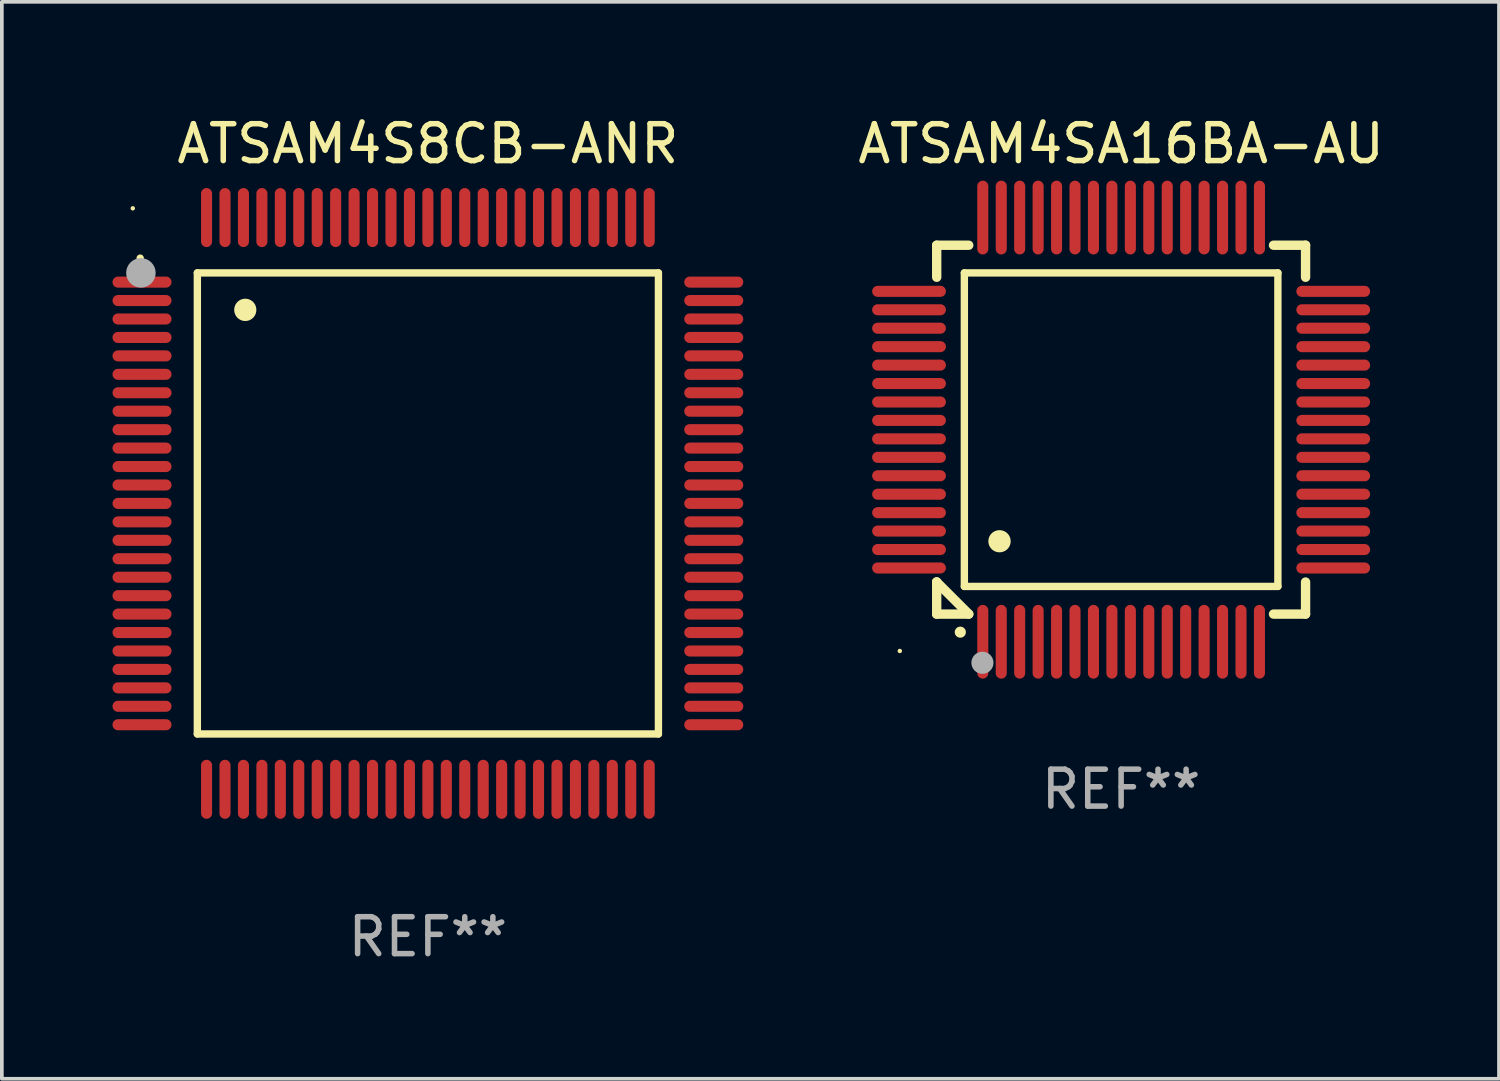
<source format=kicad_pcb>
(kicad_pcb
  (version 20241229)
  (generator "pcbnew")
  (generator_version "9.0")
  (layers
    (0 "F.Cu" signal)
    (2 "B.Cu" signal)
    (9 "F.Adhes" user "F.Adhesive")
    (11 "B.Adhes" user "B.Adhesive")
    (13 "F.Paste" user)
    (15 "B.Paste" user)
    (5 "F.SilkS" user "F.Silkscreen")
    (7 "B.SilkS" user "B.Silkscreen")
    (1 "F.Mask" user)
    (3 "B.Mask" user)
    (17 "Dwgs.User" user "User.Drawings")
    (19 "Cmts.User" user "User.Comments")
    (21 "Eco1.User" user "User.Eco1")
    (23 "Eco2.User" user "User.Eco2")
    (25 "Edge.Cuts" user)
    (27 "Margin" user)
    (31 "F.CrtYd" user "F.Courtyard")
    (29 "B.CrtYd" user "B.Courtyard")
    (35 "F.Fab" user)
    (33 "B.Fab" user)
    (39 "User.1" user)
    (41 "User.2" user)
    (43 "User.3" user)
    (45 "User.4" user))
  (footprint "ATSAM4S8CB-ANR"
    (layer "F.Cu")
    (at 8.55 10.598)
    (property "Reference" "ATSAM4S8CB-ANR" (at 0 -9.75 0) (layer "F.SilkS") (effects (font (size 1 1) (thickness 0.15))))
    (attr through_hole)
    (fp_line (start -6.25 -6.25) (end -6.25 6.25) (stroke (width 0.2) (type solid)) (layer "F.SilkS"))
    (fp_line (start -6.25 6.25) (end 6.25 6.25) (stroke (width 0.2) (type solid)) (layer "F.SilkS"))
    (fp_line (start 6.25 -6.25) (end -6.25 -6.25) (stroke (width 0.2) (type solid)) (layer "F.SilkS"))
    (fp_line (start 6.25 6.25) (end 6.25 -6.25) (stroke (width 0.2) (type solid)) (layer "F.SilkS"))
    (fp_arc (start -7.799568 -6.647625) (mid -7.799571 -6.648463) (end -7.799568 -6.649301) (stroke (width 0.2) (type solid)) (layer "F.SilkS"))
    (fp_arc (start -4.95047 -5.245111) (mid -4.950481 -5.247651) (end -4.95047 -5.250191) (stroke (width 0.6) (type solid)) (layer "F.SilkS"))
    (fp_circle (center -8 -8) (end -7.97 -8) (stroke (width 0.06) (type solid)) (fill no) (layer "F.SilkS"))
    (fp_circle (center -7.78 -6.25) (end -7.58 -6.25) (stroke (width 0.4) (type solid)) (fill no) (layer "F.Fab"))
    (fp_text user "REF**" (at 0 11.75 0) (layer "F.Fab") (effects (font (size 1 1) (thickness 0.15))))
    (pad "1" smd oval (at -7.75 -6 90) (size 0.3 1.6) (layers "F.Cu" "F.Mask" "F.Paste"))
    (pad "2" smd oval (at -7.75 -5.5 90) (size 0.3 1.6) (layers "F.Cu" "F.Mask" "F.Paste"))
    (pad "3" smd oval (at -7.75 -5 90) (size 0.3 1.6) (layers "F.Cu" "F.Mask" "F.Paste"))
    (pad "4" smd oval (at -7.75 -4.5 90) (size 0.3 1.6) (layers "F.Cu" "F.Mask" "F.Paste"))
    (pad "5" smd oval (at -7.75 -4 90) (size 0.3 1.6) (layers "F.Cu" "F.Mask" "F.Paste"))
    (pad "6" smd oval (at -7.75 -3.5 90) (size 0.3 1.6) (layers "F.Cu" "F.Mask" "F.Paste"))
    (pad "7" smd oval (at -7.75 -3 90) (size 0.3 1.6) (layers "F.Cu" "F.Mask" "F.Paste"))
    (pad "8" smd oval (at -7.75 -2.5 90) (size 0.3 1.6) (layers "F.Cu" "F.Mask" "F.Paste"))
    (pad "9" smd oval (at -7.75 -2 90) (size 0.3 1.6) (layers "F.Cu" "F.Mask" "F.Paste"))
    (pad "10" smd oval (at -7.75 -1.5 90) (size 0.3 1.6) (layers "F.Cu" "F.Mask" "F.Paste"))
    (pad "11" smd oval (at -7.75 -1 90) (size 0.3 1.6) (layers "F.Cu" "F.Mask" "F.Paste"))
    (pad "12" smd oval (at -7.75 -0.5 90) (size 0.3 1.6) (layers "F.Cu" "F.Mask" "F.Paste"))
    (pad "13" smd oval (at -7.75 0 90) (size 0.3 1.6) (layers "F.Cu" "F.Mask" "F.Paste"))
    (pad "14" smd oval (at -7.75 0.5 90) (size 0.3 1.6) (layers "F.Cu" "F.Mask" "F.Paste"))
    (pad "15" smd oval (at -7.75 1 90) (size 0.3 1.6) (layers "F.Cu" "F.Mask" "F.Paste"))
    (pad "16" smd oval (at -7.75 1.5 90) (size 0.3 1.6) (layers "F.Cu" "F.Mask" "F.Paste"))
    (pad "17" smd oval (at -7.75 2 90) (size 0.3 1.6) (layers "F.Cu" "F.Mask" "F.Paste"))
    (pad "18" smd oval (at -7.75 2.5 90) (size 0.3 1.6) (layers "F.Cu" "F.Mask" "F.Paste"))
    (pad "19" smd oval (at -7.75 3 90) (size 0.3 1.6) (layers "F.Cu" "F.Mask" "F.Paste"))
    (pad "20" smd oval (at -7.75 3.5 90) (size 0.3 1.6) (layers "F.Cu" "F.Mask" "F.Paste"))
    (pad "21" smd oval (at -7.75 4 90) (size 0.3 1.6) (layers "F.Cu" "F.Mask" "F.Paste"))
    (pad "22" smd oval (at -7.75 4.5 90) (size 0.3 1.6) (layers "F.Cu" "F.Mask" "F.Paste"))
    (pad "23" smd oval (at -7.75 5 90) (size 0.3 1.6) (layers "F.Cu" "F.Mask" "F.Paste"))
    (pad "24" smd oval (at -7.75 5.5 90) (size 0.3 1.6) (layers "F.Cu" "F.Mask" "F.Paste"))
    (pad "25" smd oval (at -7.75 6 90) (size 0.3 1.6) (layers "F.Cu" "F.Mask" "F.Paste"))
    (pad "26" smd oval (at -6 7.75) (size 0.3 1.6) (layers "F.Cu" "F.Mask" "F.Paste"))
    (pad "27" smd oval (at -5.5 7.75) (size 0.3 1.6) (layers "F.Cu" "F.Mask" "F.Paste"))
    (pad "28" smd oval (at -5 7.75) (size 0.3 1.6) (layers "F.Cu" "F.Mask" "F.Paste"))
    (pad "29" smd oval (at -4.5 7.75) (size 0.3 1.6) (layers "F.Cu" "F.Mask" "F.Paste"))
    (pad "30" smd oval (at -4 7.75) (size 0.3 1.6) (layers "F.Cu" "F.Mask" "F.Paste"))
    (pad "31" smd oval (at -3.5 7.75) (size 0.3 1.6) (layers "F.Cu" "F.Mask" "F.Paste"))
    (pad "32" smd oval (at -3 7.75) (size 0.3 1.6) (layers "F.Cu" "F.Mask" "F.Paste"))
    (pad "33" smd oval (at -2.5 7.75) (size 0.3 1.6) (layers "F.Cu" "F.Mask" "F.Paste"))
    (pad "34" smd oval (at -2 7.75) (size 0.3 1.6) (layers "F.Cu" "F.Mask" "F.Paste"))
    (pad "35" smd oval (at -1.5 7.75) (size 0.3 1.6) (layers "F.Cu" "F.Mask" "F.Paste"))
    (pad "36" smd oval (at -1 7.75) (size 0.3 1.6) (layers "F.Cu" "F.Mask" "F.Paste"))
    (pad "37" smd oval (at -0.5 7.75) (size 0.3 1.6) (layers "F.Cu" "F.Mask" "F.Paste"))
    (pad "38" smd oval (at 0 7.75) (size 0.3 1.6) (layers "F.Cu" "F.Mask" "F.Paste"))
    (pad "39" smd oval (at 0.5 7.75) (size 0.3 1.6) (layers "F.Cu" "F.Mask" "F.Paste"))
    (pad "40" smd oval (at 1 7.75) (size 0.3 1.6) (layers "F.Cu" "F.Mask" "F.Paste"))
    (pad "41" smd oval (at 1.5 7.75) (size 0.3 1.6) (layers "F.Cu" "F.Mask" "F.Paste"))
    (pad "42" smd oval (at 2 7.75) (size 0.3 1.6) (layers "F.Cu" "F.Mask" "F.Paste"))
    (pad "43" smd oval (at 2.5 7.75) (size 0.3 1.6) (layers "F.Cu" "F.Mask" "F.Paste"))
    (pad "44" smd oval (at 3 7.75) (size 0.3 1.6) (layers "F.Cu" "F.Mask" "F.Paste"))
    (pad "45" smd oval (at 3.5 7.75) (size 0.3 1.6) (layers "F.Cu" "F.Mask" "F.Paste"))
    (pad "46" smd oval (at 4 7.75) (size 0.3 1.6) (layers "F.Cu" "F.Mask" "F.Paste"))
    (pad "47" smd oval (at 4.5 7.75) (size 0.3 1.6) (layers "F.Cu" "F.Mask" "F.Paste"))
    (pad "48" smd oval (at 5 7.75) (size 0.3 1.6) (layers "F.Cu" "F.Mask" "F.Paste"))
    (pad "49" smd oval (at 5.5 7.75) (size 0.3 1.6) (layers "F.Cu" "F.Mask" "F.Paste"))
    (pad "50" smd oval (at 6 7.75) (size 0.3 1.6) (layers "F.Cu" "F.Mask" "F.Paste"))
    (pad "51" smd oval (at 7.75 6 90) (size 0.3 1.6) (layers "F.Cu" "F.Mask" "F.Paste"))
    (pad "52" smd oval (at 7.75 5.5 90) (size 0.3 1.6) (layers "F.Cu" "F.Mask" "F.Paste"))
    (pad "53" smd oval (at 7.75 5 90) (size 0.3 1.6) (layers "F.Cu" "F.Mask" "F.Paste"))
    (pad "54" smd oval (at 7.75 4.5 90) (size 0.3 1.6) (layers "F.Cu" "F.Mask" "F.Paste"))
    (pad "55" smd oval (at 7.75 4 90) (size 0.3 1.6) (layers "F.Cu" "F.Mask" "F.Paste"))
    (pad "56" smd oval (at 7.75 3.5 90) (size 0.3 1.6) (layers "F.Cu" "F.Mask" "F.Paste"))
    (pad "57" smd oval (at 7.75 3 90) (size 0.3 1.6) (layers "F.Cu" "F.Mask" "F.Paste"))
    (pad "58" smd oval (at 7.75 2.5 90) (size 0.3 1.6) (layers "F.Cu" "F.Mask" "F.Paste"))
    (pad "59" smd oval (at 7.75 2 90) (size 0.3 1.6) (layers "F.Cu" "F.Mask" "F.Paste"))
    (pad "60" smd oval (at 7.75 1.5 90) (size 0.3 1.6) (layers "F.Cu" "F.Mask" "F.Paste"))
    (pad "61" smd oval (at 7.75 1 90) (size 0.3 1.6) (layers "F.Cu" "F.Mask" "F.Paste"))
    (pad "62" smd oval (at 7.75 0.5 90) (size 0.3 1.6) (layers "F.Cu" "F.Mask" "F.Paste"))
    (pad "63" smd oval (at 7.75 0 90) (size 0.3 1.6) (layers "F.Cu" "F.Mask" "F.Paste"))
    (pad "64" smd oval (at 7.75 -0.5 90) (size 0.3 1.6) (layers "F.Cu" "F.Mask" "F.Paste"))
    (pad "65" smd oval (at 7.75 -1 90) (size 0.3 1.6) (layers "F.Cu" "F.Mask" "F.Paste"))
    (pad "66" smd oval (at 7.75 -1.5 90) (size 0.3 1.6) (layers "F.Cu" "F.Mask" "F.Paste"))
    (pad "67" smd oval (at 7.75 -2 90) (size 0.3 1.6) (layers "F.Cu" "F.Mask" "F.Paste"))
    (pad "68" smd oval (at 7.75 -2.5 90) (size 0.3 1.6) (layers "F.Cu" "F.Mask" "F.Paste"))
    (pad "69" smd oval (at 7.75 -3 90) (size 0.3 1.6) (layers "F.Cu" "F.Mask" "F.Paste"))
    (pad "70" smd oval (at 7.75 -3.5 90) (size 0.3 1.6) (layers "F.Cu" "F.Mask" "F.Paste"))
    (pad "71" smd oval (at 7.75 -4 90) (size 0.3 1.6) (layers "F.Cu" "F.Mask" "F.Paste"))
    (pad "72" smd oval (at 7.75 -4.5 90) (size 0.3 1.6) (layers "F.Cu" "F.Mask" "F.Paste"))
    (pad "73" smd oval (at 7.75 -5 90) (size 0.3 1.6) (layers "F.Cu" "F.Mask" "F.Paste"))
    (pad "74" smd oval (at 7.75 -5.5 90) (size 0.3 1.6) (layers "F.Cu" "F.Mask" "F.Paste"))
    (pad "75" smd oval (at 7.75 -6 90) (size 0.3 1.6) (layers "F.Cu" "F.Mask" "F.Paste"))
    (pad "76" smd oval (at 6 -7.75) (size 0.3 1.6) (layers "F.Cu" "F.Mask" "F.Paste"))
    (pad "77" smd oval (at 5.5 -7.75) (size 0.3 1.6) (layers "F.Cu" "F.Mask" "F.Paste"))
    (pad "78" smd oval (at 5 -7.75) (size 0.3 1.6) (layers "F.Cu" "F.Mask" "F.Paste"))
    (pad "79" smd oval (at 4.5 -7.75) (size 0.3 1.6) (layers "F.Cu" "F.Mask" "F.Paste"))
    (pad "80" smd oval (at 4 -7.75) (size 0.3 1.6) (layers "F.Cu" "F.Mask" "F.Paste"))
    (pad "81" smd oval (at 3.5 -7.75) (size 0.3 1.6) (layers "F.Cu" "F.Mask" "F.Paste"))
    (pad "82" smd oval (at 3 -7.75) (size 0.3 1.6) (layers "F.Cu" "F.Mask" "F.Paste"))
    (pad "83" smd oval (at 2.5 -7.75) (size 0.3 1.6) (layers "F.Cu" "F.Mask" "F.Paste"))
    (pad "84" smd oval (at 2 -7.75) (size 0.3 1.6) (layers "F.Cu" "F.Mask" "F.Paste"))
    (pad "85" smd oval (at 1.5 -7.75) (size 0.3 1.6) (layers "F.Cu" "F.Mask" "F.Paste"))
    (pad "86" smd oval (at 1 -7.75) (size 0.3 1.6) (layers "F.Cu" "F.Mask" "F.Paste"))
    (pad "87" smd oval (at 0.5 -7.75) (size 0.3 1.6) (layers "F.Cu" "F.Mask" "F.Paste"))
    (pad "88" smd oval (at 0 -7.75) (size 0.3 1.6) (layers "F.Cu" "F.Mask" "F.Paste"))
    (pad "89" smd oval (at -0.5 -7.75) (size 0.3 1.6) (layers "F.Cu" "F.Mask" "F.Paste"))
    (pad "90" smd oval (at -1 -7.75) (size 0.3 1.6) (layers "F.Cu" "F.Mask" "F.Paste"))
    (pad "91" smd oval (at -1.5 -7.75) (size 0.3 1.6) (layers "F.Cu" "F.Mask" "F.Paste"))
    (pad "92" smd oval (at -2 -7.75) (size 0.3 1.6) (layers "F.Cu" "F.Mask" "F.Paste"))
    (pad "93" smd oval (at -2.5 -7.75) (size 0.3 1.6) (layers "F.Cu" "F.Mask" "F.Paste"))
    (pad "94" smd oval (at -3 -7.75) (size 0.3 1.6) (layers "F.Cu" "F.Mask" "F.Paste"))
    (pad "95" smd oval (at -3.5 -7.75) (size 0.3 1.6) (layers "F.Cu" "F.Mask" "F.Paste"))
    (pad "96" smd oval (at -4 -7.75) (size 0.3 1.6) (layers "F.Cu" "F.Mask" "F.Paste"))
    (pad "97" smd oval (at -4.5 -7.75) (size 0.3 1.6) (layers "F.Cu" "F.Mask" "F.Paste"))
    (pad "98" smd oval (at -5 -7.75) (size 0.3 1.6) (layers "F.Cu" "F.Mask" "F.Paste"))
    (pad "99" smd oval (at -5.5 -7.75) (size 0.3 1.6) (layers "F.Cu" "F.Mask" "F.Paste"))
    (pad "100" smd oval (at -6 -7.75) (size 0.3 1.6) (layers "F.Cu" "F.Mask" "F.Paste")))
  (footprint "ATSAM4SA16BA-AU"
    (layer "F.Cu")
    (at 27.344 8.598)
    (property "Reference" "ATSAM4SA16BA-AU" (at 0 -7.75 0) (layer "F.SilkS") (effects (font (size 1 1) (thickness 0.15))))
    (attr through_hole)
    (fp_line (start -5 -5) (end -4.131 -5) (stroke (width 0.254) (type solid)) (layer "F.SilkS"))
    (fp_line (start -5 -4.131) (end -5 -5) (stroke (width 0.254) (type solid)) (layer "F.SilkS"))
    (fp_line (start -5 4.131) (end -5 4.131) (stroke (width 0.254) (type solid)) (layer "F.SilkS"))
    (fp_line (start -5 5) (end -5 4.131) (stroke (width 0.254) (type solid)) (layer "F.SilkS"))
    (fp_line (start -5 4.131) (end -4.131 5) (stroke (width 0.254) (type solid)) (layer "F.SilkS"))
    (fp_line (start -4.25 -4.25) (end -4.25 4.25) (stroke (width 0.2) (type solid)) (layer "F.SilkS"))
    (fp_line (start -4.25 4.25) (end 4.25 4.25) (stroke (width 0.2) (type solid)) (layer "F.SilkS"))
    (fp_line (start -4.131 5) (end -5 5) (stroke (width 0.254) (type solid)) (layer "F.SilkS"))
    (fp_line (start 4.25 -4.25) (end -4.25 -4.25) (stroke (width 0.2) (type solid)) (layer "F.SilkS"))
    (fp_line (start 4.25 4.25) (end 4.25 -4.25) (stroke (width 0.2) (type solid)) (layer "F.SilkS"))
    (fp_line (start 5 -5) (end 4.131 -5) (stroke (width 0.254) (type solid)) (layer "F.SilkS"))
    (fp_line (start 5 -5) (end 5 -4.131) (stroke (width 0.254) (type solid)) (layer "F.SilkS"))
    (fp_line (start 5 4.131) (end 5 5) (stroke (width 0.254) (type solid)) (layer "F.SilkS"))
    (fp_line (start 5 5) (end 4.131 5) (stroke (width 0.254) (type solid)) (layer "F.SilkS"))
    (fp_arc (start -4.361265 5.489992) (mid -4.359995 5.489987) (end -4.358725 5.489992) (stroke (width 0.3) (type solid)) (layer "F.SilkS"))
    (fp_arc (start -3.299467 3.025146) (mid -3.296927 3.025135) (end -3.294387 3.025146) (stroke (width 0.6) (type solid)) (layer "F.SilkS"))
    (fp_circle (center -6 6) (end -5.97 6) (stroke (width 0.06) (type solid)) (fill no) (layer "F.SilkS"))
    (fp_circle (center -3.76 6.32) (end -3.61 6.32) (stroke (width 0.3) (type solid)) (fill no) (layer "F.Fab"))
    (fp_text user "REF**" (at 0 9.75 0) (layer "F.Fab") (effects (font (size 1 1) (thickness 0.15))))
    (pad "1" smd oval (at -3.75 5.75) (size 0.3 2) (layers "F.Cu" "F.Mask" "F.Paste"))
    (pad "2" smd oval (at -3.25 5.75) (size 0.3 2) (layers "F.Cu" "F.Mask" "F.Paste"))
    (pad "3" smd oval (at -2.75 5.75) (size 0.3 2) (layers "F.Cu" "F.Mask" "F.Paste"))
    (pad "4" smd oval (at -2.25 5.75) (size 0.3 2) (layers "F.Cu" "F.Mask" "F.Paste"))
    (pad "5" smd oval (at -1.75 5.75) (size 0.3 2) (layers "F.Cu" "F.Mask" "F.Paste"))
    (pad "6" smd oval (at -1.25 5.75) (size 0.3 2) (layers "F.Cu" "F.Mask" "F.Paste"))
    (pad "7" smd oval (at -0.75 5.75) (size 0.3 2) (layers "F.Cu" "F.Mask" "F.Paste"))
    (pad "8" smd oval (at -0.25 5.75) (size 0.3 2) (layers "F.Cu" "F.Mask" "F.Paste"))
    (pad "9" smd oval (at 0.25 5.75) (size 0.3 2) (layers "F.Cu" "F.Mask" "F.Paste"))
    (pad "10" smd oval (at 0.75 5.75) (size 0.3 2) (layers "F.Cu" "F.Mask" "F.Paste"))
    (pad "11" smd oval (at 1.25 5.75) (size 0.3 2) (layers "F.Cu" "F.Mask" "F.Paste"))
    (pad "12" smd oval (at 1.75 5.75) (size 0.3 2) (layers "F.Cu" "F.Mask" "F.Paste"))
    (pad "13" smd oval (at 2.25 5.75) (size 0.3 2) (layers "F.Cu" "F.Mask" "F.Paste"))
    (pad "14" smd oval (at 2.75 5.75) (size 0.3 2) (layers "F.Cu" "F.Mask" "F.Paste"))
    (pad "15" smd oval (at 3.25 5.75) (size 0.3 2) (layers "F.Cu" "F.Mask" "F.Paste"))
    (pad "16" smd oval (at 3.75 5.75) (size 0.3 2) (layers "F.Cu" "F.Mask" "F.Paste"))
    (pad "17" smd oval (at 5.75 3.75) (size 2 0.3) (layers "F.Cu" "F.Mask" "F.Paste"))
    (pad "18" smd oval (at 5.75 3.25) (size 2 0.3) (layers "F.Cu" "F.Mask" "F.Paste"))
    (pad "19" smd oval (at 5.75 2.75) (size 2 0.3) (layers "F.Cu" "F.Mask" "F.Paste"))
    (pad "20" smd oval (at 5.75 2.25) (size 2 0.3) (layers "F.Cu" "F.Mask" "F.Paste"))
    (pad "21" smd oval (at 5.75 1.75) (size 2 0.3) (layers "F.Cu" "F.Mask" "F.Paste"))
    (pad "22" smd oval (at 5.75 1.25) (size 2 0.3) (layers "F.Cu" "F.Mask" "F.Paste"))
    (pad "23" smd oval (at 5.75 0.75) (size 2 0.3) (layers "F.Cu" "F.Mask" "F.Paste"))
    (pad "24" smd oval (at 5.75 0.25) (size 2 0.3) (layers "F.Cu" "F.Mask" "F.Paste"))
    (pad "25" smd oval (at 5.75 -0.25) (size 2 0.3) (layers "F.Cu" "F.Mask" "F.Paste"))
    (pad "26" smd oval (at 5.75 -0.75) (size 2 0.3) (layers "F.Cu" "F.Mask" "F.Paste"))
    (pad "27" smd oval (at 5.75 -1.25) (size 2 0.3) (layers "F.Cu" "F.Mask" "F.Paste"))
    (pad "28" smd oval (at 5.75 -1.75) (size 2 0.3) (layers "F.Cu" "F.Mask" "F.Paste"))
    (pad "29" smd oval (at 5.75 -2.25) (size 2 0.3) (layers "F.Cu" "F.Mask" "F.Paste"))
    (pad "30" smd oval (at 5.75 -2.75) (size 2 0.3) (layers "F.Cu" "F.Mask" "F.Paste"))
    (pad "31" smd oval (at 5.75 -3.25) (size 2 0.3) (layers "F.Cu" "F.Mask" "F.Paste"))
    (pad "32" smd oval (at 5.75 -3.75) (size 2 0.3) (layers "F.Cu" "F.Mask" "F.Paste"))
    (pad "33" smd oval (at 3.75 -5.75) (size 0.3 2) (layers "F.Cu" "F.Mask" "F.Paste"))
    (pad "34" smd oval (at 3.25 -5.75) (size 0.3 2) (layers "F.Cu" "F.Mask" "F.Paste"))
    (pad "35" smd oval (at 2.75 -5.75) (size 0.3 2) (layers "F.Cu" "F.Mask" "F.Paste"))
    (pad "36" smd oval (at 2.25 -5.75) (size 0.3 2) (layers "F.Cu" "F.Mask" "F.Paste"))
    (pad "37" smd oval (at 1.75 -5.75) (size 0.3 2) (layers "F.Cu" "F.Mask" "F.Paste"))
    (pad "38" smd oval (at 1.25 -5.75) (size 0.3 2) (layers "F.Cu" "F.Mask" "F.Paste"))
    (pad "39" smd oval (at 0.75 -5.75) (size 0.3 2) (layers "F.Cu" "F.Mask" "F.Paste"))
    (pad "40" smd oval (at 0.25 -5.75) (size 0.3 2) (layers "F.Cu" "F.Mask" "F.Paste"))
    (pad "41" smd oval (at -0.25 -5.75) (size 0.3 2) (layers "F.Cu" "F.Mask" "F.Paste"))
    (pad "42" smd oval (at -0.75 -5.75) (size 0.3 2) (layers "F.Cu" "F.Mask" "F.Paste"))
    (pad "43" smd oval (at -1.25 -5.75) (size 0.3 2) (layers "F.Cu" "F.Mask" "F.Paste"))
    (pad "44" smd oval (at -1.75 -5.75) (size 0.3 2) (layers "F.Cu" "F.Mask" "F.Paste"))
    (pad "45" smd oval (at -2.25 -5.75) (size 0.3 2) (layers "F.Cu" "F.Mask" "F.Paste"))
    (pad "46" smd oval (at -2.75 -5.75) (size 0.3 2) (layers "F.Cu" "F.Mask" "F.Paste"))
    (pad "47" smd oval (at -3.25 -5.75) (size 0.3 2) (layers "F.Cu" "F.Mask" "F.Paste"))
    (pad "48" smd oval (at -3.75 -5.75) (size 0.3 2) (layers "F.Cu" "F.Mask" "F.Paste"))
    (pad "49" smd oval (at -5.75 -3.75) (size 2 0.3) (layers "F.Cu" "F.Mask" "F.Paste"))
    (pad "50" smd oval (at -5.75 -3.25) (size 2 0.3) (layers "F.Cu" "F.Mask" "F.Paste"))
    (pad "51" smd oval (at -5.75 -2.75) (size 2 0.3) (layers "F.Cu" "F.Mask" "F.Paste"))
    (pad "52" smd oval (at -5.75 -2.25) (size 2 0.3) (layers "F.Cu" "F.Mask" "F.Paste"))
    (pad "53" smd oval (at -5.75 -1.75) (size 2 0.3) (layers "F.Cu" "F.Mask" "F.Paste"))
    (pad "54" smd oval (at -5.75 -1.25) (size 2 0.3) (layers "F.Cu" "F.Mask" "F.Paste"))
    (pad "55" smd oval (at -5.75 -0.75) (size 2 0.3) (layers "F.Cu" "F.Mask" "F.Paste"))
    (pad "56" smd oval (at -5.75 -0.25) (size 2 0.3) (layers "F.Cu" "F.Mask" "F.Paste"))
    (pad "57" smd oval (at -5.75 0.25) (size 2 0.3) (layers "F.Cu" "F.Mask" "F.Paste"))
    (pad "58" smd oval (at -5.75 0.75) (size 2 0.3) (layers "F.Cu" "F.Mask" "F.Paste"))
    (pad "59" smd oval (at -5.75 1.25) (size 2 0.3) (layers "F.Cu" "F.Mask" "F.Paste"))
    (pad "60" smd oval (at -5.75 1.75) (size 2 0.3) (layers "F.Cu" "F.Mask" "F.Paste"))
    (pad "61" smd oval (at -5.75 2.25) (size 2 0.3) (layers "F.Cu" "F.Mask" "F.Paste"))
    (pad "62" smd oval (at -5.75 2.75) (size 2 0.3) (layers "F.Cu" "F.Mask" "F.Paste"))
    (pad "63" smd oval (at -5.75 3.25) (size 2 0.3) (layers "F.Cu" "F.Mask" "F.Paste"))
    (pad "64" smd oval (at -5.75 3.75) (size 2 0.3) (layers "F.Cu" "F.Mask" "F.Paste")))
  (gr_rect
    (start -3 -3)
    (end 37.588 26.196)
    (stroke (width 0.1) (type default))
    (fill no)
    (layer "Edge.Cuts")))
</source>
